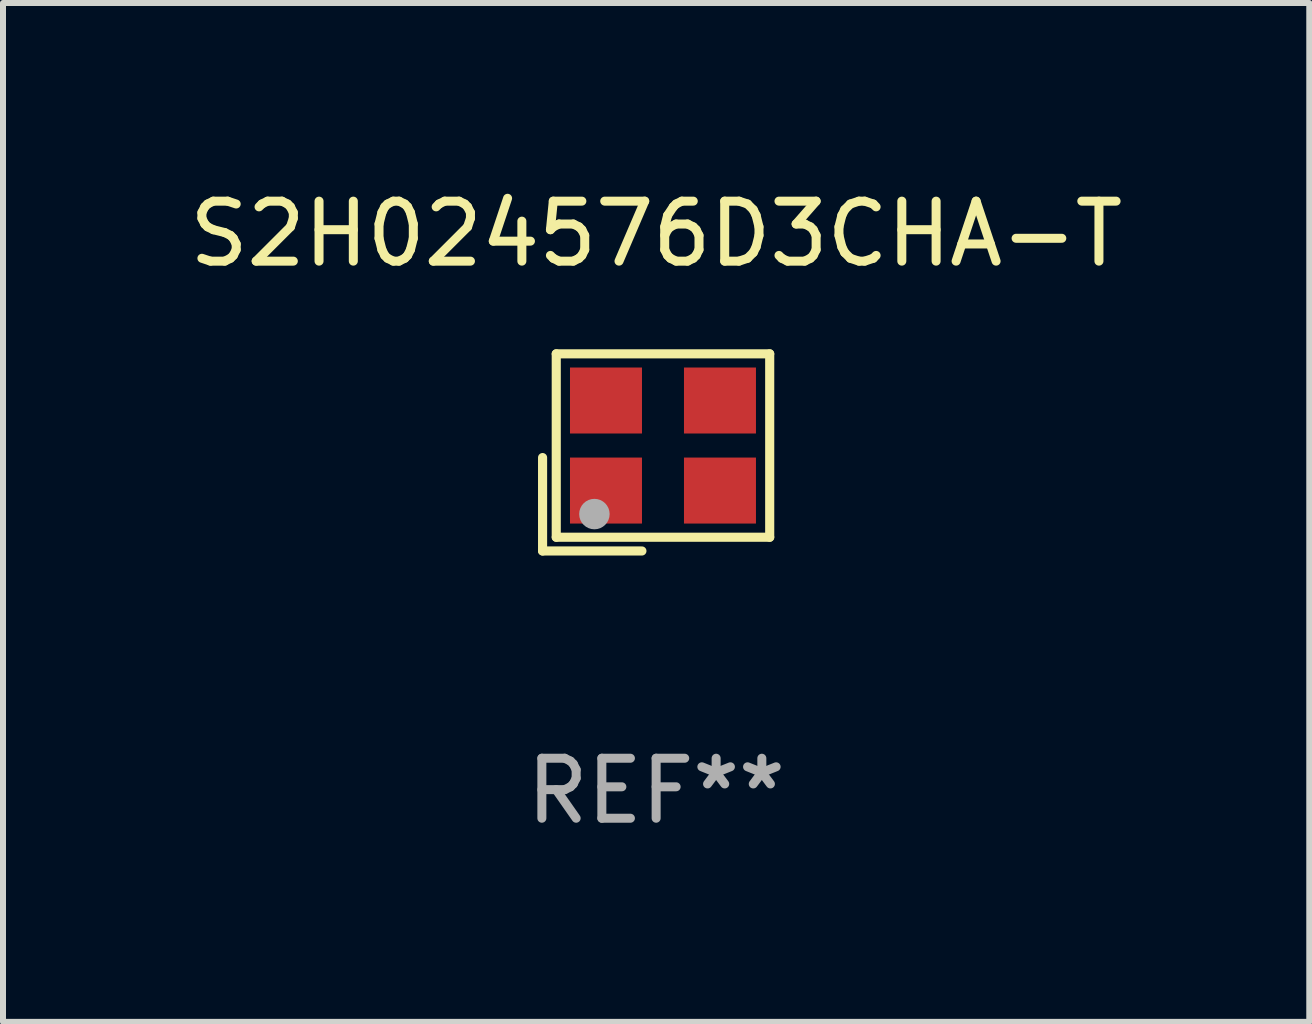
<source format=kicad_pcb>
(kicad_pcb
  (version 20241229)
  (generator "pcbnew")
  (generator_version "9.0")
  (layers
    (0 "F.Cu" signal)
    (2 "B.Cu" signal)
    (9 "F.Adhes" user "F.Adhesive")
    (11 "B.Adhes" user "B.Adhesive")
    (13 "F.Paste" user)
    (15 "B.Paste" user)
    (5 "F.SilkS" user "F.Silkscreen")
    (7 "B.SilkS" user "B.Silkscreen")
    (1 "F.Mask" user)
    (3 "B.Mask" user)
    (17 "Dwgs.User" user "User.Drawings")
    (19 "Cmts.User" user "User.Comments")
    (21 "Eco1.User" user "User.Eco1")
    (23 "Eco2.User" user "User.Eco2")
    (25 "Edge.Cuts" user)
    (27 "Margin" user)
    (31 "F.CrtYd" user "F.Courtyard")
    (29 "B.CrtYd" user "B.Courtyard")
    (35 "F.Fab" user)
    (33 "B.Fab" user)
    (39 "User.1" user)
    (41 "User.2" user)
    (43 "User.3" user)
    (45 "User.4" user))
  (footprint "S2H024576D3CHA-T"
    (layer "F.Cu")
    (at 7.887 4.491)
    (property "Reference" "S2H024576D3CHA-T" (at 0 -3.643 0) (layer "F.SilkS") (effects (font (size 1 1) (thickness 0.15))))
    (attr through_hole)
    (fp_line (start -1.893 0.086) (end -1.893 1.643) (stroke (width 0.152) (type solid)) (layer "F.SilkS"))
    (fp_line (start -1.893 1.643) (end -0.237 1.643) (stroke (width 0.152) (type solid)) (layer "F.SilkS"))
    (fp_line (start -1.665 -1.643) (end 1.893 -1.643) (stroke (width 0.152) (type solid)) (layer "F.SilkS"))
    (fp_line (start -1.665 1.414) (end -1.665 -1.643) (stroke (width 0.152) (type solid)) (layer "F.SilkS"))
    (fp_line (start 1.893 -1.643) (end 1.893 1.414) (stroke (width 0.152) (type solid)) (layer "F.SilkS"))
    (fp_line (start 1.893 1.414) (end -1.665 1.414) (stroke (width 0.152) (type solid)) (layer "F.SilkS"))
    (fp_circle (center -1.136 0.885) (end -1.106 0.885) (stroke (width 0.06) (type solid)) (fill no) (layer "F.SilkS"))
    (fp_circle (center -1.029 1.028) (end -0.902 1.028) (stroke (width 0.254) (type solid)) (fill no) (layer "F.Fab"))
    (fp_text user "REF**" (at 0 5.643 0) (layer "F.Fab") (effects (font (size 1 1) (thickness 0.15))))
    (pad "1" smd rect (at -0.836 0.636) (size 1.2 1.1) (layers "F.Cu" "F.Mask" "F.Paste"))
    (pad "2" smd rect (at 1.064 0.636) (size 1.2 1.1) (layers "F.Cu" "F.Mask" "F.Paste"))
    (pad "3" smd rect (at 1.064 -0.865) (size 1.2 1.1) (layers "F.Cu" "F.Mask" "F.Paste"))
    (pad "4" smd rect (at -0.836 -0.865) (size 1.2 1.1) (layers "F.Cu" "F.Mask" "F.Paste")))
  (gr_rect
    (start -3 -3)
    (end 18.774 13.983)
    (stroke (width 0.1) (type default))
    (fill no)
    (layer "Edge.Cuts")))
</source>
